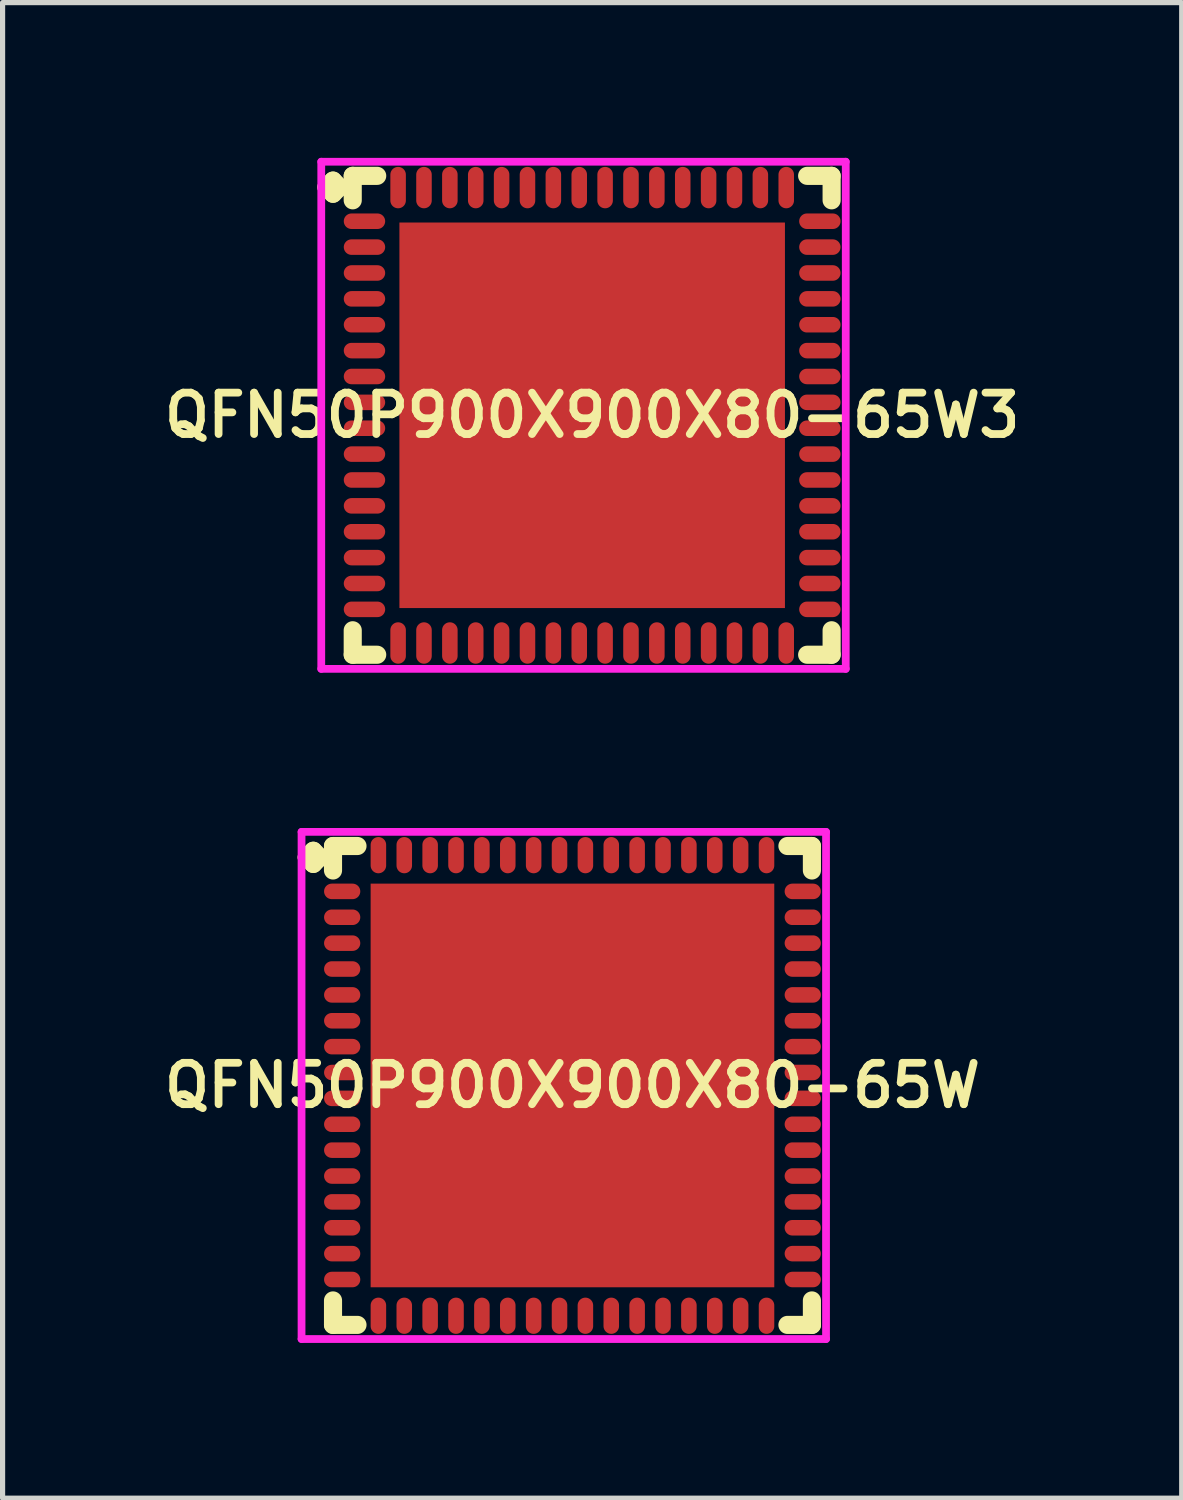
<source format=kicad_pcb>
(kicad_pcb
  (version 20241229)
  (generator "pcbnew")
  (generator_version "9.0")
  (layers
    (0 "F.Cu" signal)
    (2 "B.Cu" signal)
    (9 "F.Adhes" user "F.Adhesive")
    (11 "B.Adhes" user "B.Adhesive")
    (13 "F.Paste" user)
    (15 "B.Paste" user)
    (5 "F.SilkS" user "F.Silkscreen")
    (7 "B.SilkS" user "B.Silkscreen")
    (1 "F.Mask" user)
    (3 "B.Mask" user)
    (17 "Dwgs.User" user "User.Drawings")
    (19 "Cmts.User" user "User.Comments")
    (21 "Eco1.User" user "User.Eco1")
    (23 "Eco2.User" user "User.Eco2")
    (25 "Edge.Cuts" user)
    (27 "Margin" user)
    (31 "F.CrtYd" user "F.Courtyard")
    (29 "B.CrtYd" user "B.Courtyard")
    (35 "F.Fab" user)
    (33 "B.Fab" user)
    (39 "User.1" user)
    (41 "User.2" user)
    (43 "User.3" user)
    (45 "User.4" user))
  (footprint "QFN50P900X900X80-65W3"
    (layer "F.Cu")
    (at 8.393 4.975)
    (property "Reference" "QFN50P900X900X80-65W3" (at 0 0 0) (layer "F.SilkS") (effects (font (size 0.8 0.8) (thickness 0.15))))
    (attr smd)
    (fp_line (start -5.135 -4.408) (end -5.008 -4.535) (stroke (width 0.35) (type solid)) (layer "F.SilkS"))
    (fp_line (start -5.008 -4.535) (end -4.881 -4.408) (stroke (width 0.35) (type solid)) (layer "F.SilkS"))
    (fp_line (start -5.008 -4.281) (end -5.135 -4.408) (stroke (width 0.35) (type solid)) (layer "F.SilkS"))
    (fp_line (start -4.881 -4.408) (end -5.008 -4.281) (stroke (width 0.35) (type solid)) (layer "F.SilkS"))
    (fp_line (start -4.627 -4.627) (end -4.154 -4.627) (stroke (width 0.35) (type solid)) (layer "F.SilkS"))
    (fp_line (start -4.627 -4.154) (end -4.627 -4.627) (stroke (width 0.35) (type solid)) (layer "F.SilkS"))
    (fp_line (start -4.627 4.154) (end -4.627 4.627) (stroke (width 0.35) (type solid)) (layer "F.SilkS"))
    (fp_line (start -4.627 4.627) (end -4.154 4.627) (stroke (width 0.35) (type solid)) (layer "F.SilkS"))
    (fp_line (start 4.154 -4.627) (end 4.627 -4.627) (stroke (width 0.35) (type solid)) (layer "F.SilkS"))
    (fp_line (start 4.154 4.627) (end 4.627 4.627) (stroke (width 0.35) (type solid)) (layer "F.SilkS"))
    (fp_line (start 4.627 -4.627) (end 4.627 -4.154) (stroke (width 0.35) (type solid)) (layer "F.SilkS"))
    (fp_line (start 4.627 4.627) (end 4.627 4.154) (stroke (width 0.35) (type solid)) (layer "F.SilkS"))
    (fp_line (start -5.235 -4.9) (end 4.9 -4.9) (stroke (width 0.15) (type solid)) (layer "F.CrtYd"))
    (fp_line (start -5.235 4.9) (end -5.235 -4.9) (stroke (width 0.15) (type solid)) (layer "F.CrtYd"))
    (fp_line (start 4.9 -4.9) (end 4.9 4.9) (stroke (width 0.15) (type solid)) (layer "F.CrtYd"))
    (fp_line (start 4.9 4.9) (end -5.235 4.9) (stroke (width 0.15) (type solid)) (layer "F.CrtYd"))
    (pad "1" smd oval (at -4.4 -3.75) (size 0.8 0.3) (layers "F.Cu" "F.Mask" "F.Paste"))
    (pad "2" smd oval (at -4.4 -3.25) (size 0.8 0.3) (layers "F.Cu" "F.Mask" "F.Paste"))
    (pad "3" smd oval (at -4.4 -2.75) (size 0.8 0.3) (layers "F.Cu" "F.Mask" "F.Paste"))
    (pad "4" smd oval (at -4.4 -2.25) (size 0.8 0.3) (layers "F.Cu" "F.Mask" "F.Paste"))
    (pad "5" smd oval (at -4.4 -1.75) (size 0.8 0.3) (layers "F.Cu" "F.Mask" "F.Paste"))
    (pad "6" smd oval (at -4.4 -1.25) (size 0.8 0.3) (layers "F.Cu" "F.Mask" "F.Paste"))
    (pad "7" smd oval (at -4.4 -0.75) (size 0.8 0.3) (layers "F.Cu" "F.Mask" "F.Paste"))
    (pad "8" smd oval (at -4.4 -0.25) (size 0.8 0.3) (layers "F.Cu" "F.Mask" "F.Paste"))
    (pad "9" smd oval (at -4.4 0.25) (size 0.8 0.3) (layers "F.Cu" "F.Mask" "F.Paste"))
    (pad "10" smd oval (at -4.4 0.75) (size 0.8 0.3) (layers "F.Cu" "F.Mask" "F.Paste"))
    (pad "11" smd oval (at -4.4 1.25) (size 0.8 0.3) (layers "F.Cu" "F.Mask" "F.Paste"))
    (pad "12" smd oval (at -4.4 1.75) (size 0.8 0.3) (layers "F.Cu" "F.Mask" "F.Paste"))
    (pad "13" smd oval (at -4.4 2.25) (size 0.8 0.3) (layers "F.Cu" "F.Mask" "F.Paste"))
    (pad "14" smd oval (at -4.4 2.75) (size 0.8 0.3) (layers "F.Cu" "F.Mask" "F.Paste"))
    (pad "15" smd oval (at -4.4 3.25) (size 0.8 0.3) (layers "F.Cu" "F.Mask" "F.Paste"))
    (pad "16" smd oval (at -4.4 3.75) (size 0.8 0.3) (layers "F.Cu" "F.Mask" "F.Paste"))
    (pad "17" smd oval (at -3.75 4.4) (size 0.3 0.8) (layers "F.Cu" "F.Mask" "F.Paste"))
    (pad "18" smd oval (at -3.25 4.4) (size 0.3 0.8) (layers "F.Cu" "F.Mask" "F.Paste"))
    (pad "19" smd oval (at -2.75 4.4) (size 0.3 0.8) (layers "F.Cu" "F.Mask" "F.Paste"))
    (pad "20" smd oval (at -2.25 4.4) (size 0.3 0.8) (layers "F.Cu" "F.Mask" "F.Paste"))
    (pad "21" smd oval (at -1.75 4.4) (size 0.3 0.8) (layers "F.Cu" "F.Mask" "F.Paste"))
    (pad "22" smd oval (at -1.25 4.4) (size 0.3 0.8) (layers "F.Cu" "F.Mask" "F.Paste"))
    (pad "23" smd oval (at -0.75 4.4) (size 0.3 0.8) (layers "F.Cu" "F.Mask" "F.Paste"))
    (pad "24" smd oval (at -0.25 4.4) (size 0.3 0.8) (layers "F.Cu" "F.Mask" "F.Paste"))
    (pad "25" smd oval (at 0.25 4.4) (size 0.3 0.8) (layers "F.Cu" "F.Mask" "F.Paste"))
    (pad "26" smd oval (at 0.75 4.4) (size 0.3 0.8) (layers "F.Cu" "F.Mask" "F.Paste"))
    (pad "27" smd oval (at 1.25 4.4) (size 0.3 0.8) (layers "F.Cu" "F.Mask" "F.Paste"))
    (pad "28" smd oval (at 1.75 4.4) (size 0.3 0.8) (layers "F.Cu" "F.Mask" "F.Paste"))
    (pad "29" smd oval (at 2.25 4.4) (size 0.3 0.8) (layers "F.Cu" "F.Mask" "F.Paste"))
    (pad "30" smd oval (at 2.75 4.4) (size 0.3 0.8) (layers "F.Cu" "F.Mask" "F.Paste"))
    (pad "31" smd oval (at 3.25 4.4) (size 0.3 0.8) (layers "F.Cu" "F.Mask" "F.Paste"))
    (pad "32" smd oval (at 3.75 4.4) (size 0.3 0.8) (layers "F.Cu" "F.Mask" "F.Paste"))
    (pad "33" smd oval (at 4.4 3.75) (size 0.8 0.3) (layers "F.Cu" "F.Mask" "F.Paste"))
    (pad "34" smd oval (at 4.4 3.25) (size 0.8 0.3) (layers "F.Cu" "F.Mask" "F.Paste"))
    (pad "35" smd oval (at 4.4 2.75) (size 0.8 0.3) (layers "F.Cu" "F.Mask" "F.Paste"))
    (pad "36" smd oval (at 4.4 2.25) (size 0.8 0.3) (layers "F.Cu" "F.Mask" "F.Paste"))
    (pad "37" smd oval (at 4.4 1.75) (size 0.8 0.3) (layers "F.Cu" "F.Mask" "F.Paste"))
    (pad "38" smd oval (at 4.4 1.25) (size 0.8 0.3) (layers "F.Cu" "F.Mask" "F.Paste"))
    (pad "39" smd oval (at 4.4 0.75) (size 0.8 0.3) (layers "F.Cu" "F.Mask" "F.Paste"))
    (pad "40" smd oval (at 4.4 0.25) (size 0.8 0.3) (layers "F.Cu" "F.Mask" "F.Paste"))
    (pad "41" smd oval (at 4.4 -0.25) (size 0.8 0.3) (layers "F.Cu" "F.Mask" "F.Paste"))
    (pad "42" smd oval (at 4.4 -0.75) (size 0.8 0.3) (layers "F.Cu" "F.Mask" "F.Paste"))
    (pad "43" smd oval (at 4.4 -1.25) (size 0.8 0.3) (layers "F.Cu" "F.Mask" "F.Paste"))
    (pad "44" smd oval (at 4.4 -1.75) (size 0.8 0.3) (layers "F.Cu" "F.Mask" "F.Paste"))
    (pad "45" smd oval (at 4.4 -2.25) (size 0.8 0.3) (layers "F.Cu" "F.Mask" "F.Paste"))
    (pad "46" smd oval (at 4.4 -2.75) (size 0.8 0.3) (layers "F.Cu" "F.Mask" "F.Paste"))
    (pad "47" smd oval (at 4.4 -3.25) (size 0.8 0.3) (layers "F.Cu" "F.Mask" "F.Paste"))
    (pad "48" smd oval (at 4.4 -3.75) (size 0.8 0.3) (layers "F.Cu" "F.Mask" "F.Paste"))
    (pad "49" smd oval (at 3.75 -4.4) (size 0.3 0.8) (layers "F.Cu" "F.Mask" "F.Paste"))
    (pad "50" smd oval (at 3.25 -4.4) (size 0.3 0.8) (layers "F.Cu" "F.Mask" "F.Paste"))
    (pad "51" smd oval (at 2.75 -4.4) (size 0.3 0.8) (layers "F.Cu" "F.Mask" "F.Paste"))
    (pad "52" smd oval (at 2.25 -4.4) (size 0.3 0.8) (layers "F.Cu" "F.Mask" "F.Paste"))
    (pad "53" smd oval (at 1.75 -4.4) (size 0.3 0.8) (layers "F.Cu" "F.Mask" "F.Paste"))
    (pad "54" smd oval (at 1.25 -4.4) (size 0.3 0.8) (layers "F.Cu" "F.Mask" "F.Paste"))
    (pad "55" smd oval (at 0.75 -4.4) (size 0.3 0.8) (layers "F.Cu" "F.Mask" "F.Paste"))
    (pad "56" smd oval (at 0.25 -4.4) (size 0.3 0.8) (layers "F.Cu" "F.Mask" "F.Paste"))
    (pad "57" smd oval (at -0.25 -4.4) (size 0.3 0.8) (layers "F.Cu" "F.Mask" "F.Paste"))
    (pad "58" smd oval (at -0.75 -4.4) (size 0.3 0.8) (layers "F.Cu" "F.Mask" "F.Paste"))
    (pad "59" smd oval (at -1.25 -4.4) (size 0.3 0.8) (layers "F.Cu" "F.Mask" "F.Paste"))
    (pad "60" smd oval (at -1.75 -4.4) (size 0.3 0.8) (layers "F.Cu" "F.Mask" "F.Paste"))
    (pad "61" smd oval (at -2.25 -4.4) (size 0.3 0.8) (layers "F.Cu" "F.Mask" "F.Paste"))
    (pad "62" smd oval (at -2.75 -4.4) (size 0.3 0.8) (layers "F.Cu" "F.Mask" "F.Paste"))
    (pad "63" smd oval (at -3.25 -4.4) (size 0.3 0.8) (layers "F.Cu" "F.Mask" "F.Paste"))
    (pad "64" smd oval (at -3.75 -4.4) (size 0.3 0.8) (layers "F.Cu" "F.Mask" "F.Paste"))
    (pad "65" smd rect (at 0 0) (size 7.45 7.45) (layers "F.Cu" "F.Mask" "F.Paste")))
  (footprint "QFN50P900X900X80-65W"
    (layer "F.Cu")
    (at 8.012 17.925)
    (property "Reference" "QFN50P900X900X80-65W" (at 0 0 0) (layer "F.SilkS") (effects (font (size 0.8 0.8) (thickness 0.15))))
    (attr smd)
    (fp_line (start -5.135 -4.408) (end -5.008 -4.535) (stroke (width 0.35) (type solid)) (layer "F.SilkS"))
    (fp_line (start -5.008 -4.535) (end -4.881 -4.408) (stroke (width 0.35) (type solid)) (layer "F.SilkS"))
    (fp_line (start -5.008 -4.281) (end -5.135 -4.408) (stroke (width 0.35) (type solid)) (layer "F.SilkS"))
    (fp_line (start -4.881 -4.408) (end -5.008 -4.281) (stroke (width 0.35) (type solid)) (layer "F.SilkS"))
    (fp_line (start -4.627 -4.627) (end -4.154 -4.627) (stroke (width 0.35) (type solid)) (layer "F.SilkS"))
    (fp_line (start -4.627 -4.154) (end -4.627 -4.627) (stroke (width 0.35) (type solid)) (layer "F.SilkS"))
    (fp_line (start -4.627 4.154) (end -4.627 4.627) (stroke (width 0.35) (type solid)) (layer "F.SilkS"))
    (fp_line (start -4.627 4.627) (end -4.154 4.627) (stroke (width 0.35) (type solid)) (layer "F.SilkS"))
    (fp_line (start 4.154 -4.627) (end 4.627 -4.627) (stroke (width 0.35) (type solid)) (layer "F.SilkS"))
    (fp_line (start 4.154 4.627) (end 4.627 4.627) (stroke (width 0.35) (type solid)) (layer "F.SilkS"))
    (fp_line (start 4.627 -4.627) (end 4.627 -4.154) (stroke (width 0.35) (type solid)) (layer "F.SilkS"))
    (fp_line (start 4.627 4.627) (end 4.627 4.154) (stroke (width 0.35) (type solid)) (layer "F.SilkS"))
    (fp_line (start -5.235 -4.9) (end 4.9 -4.9) (stroke (width 0.15) (type solid)) (layer "F.CrtYd"))
    (fp_line (start -5.235 4.9) (end -5.235 -4.9) (stroke (width 0.15) (type solid)) (layer "F.CrtYd"))
    (fp_line (start 4.9 -4.9) (end 4.9 4.9) (stroke (width 0.15) (type solid)) (layer "F.CrtYd"))
    (fp_line (start 4.9 4.9) (end -5.235 4.9) (stroke (width 0.15) (type solid)) (layer "F.CrtYd"))
    (pad "1" smd oval (at -4.45 -3.75) (size 0.7 0.3) (layers "F.Cu" "F.Mask" "F.Paste"))
    (pad "2" smd oval (at -4.45 -3.25) (size 0.7 0.3) (layers "F.Cu" "F.Mask" "F.Paste"))
    (pad "3" smd oval (at -4.45 -2.75) (size 0.7 0.3) (layers "F.Cu" "F.Mask" "F.Paste"))
    (pad "4" smd oval (at -4.45 -2.25) (size 0.7 0.3) (layers "F.Cu" "F.Mask" "F.Paste"))
    (pad "5" smd oval (at -4.45 -1.75) (size 0.7 0.3) (layers "F.Cu" "F.Mask" "F.Paste"))
    (pad "6" smd oval (at -4.45 -1.25) (size 0.7 0.3) (layers "F.Cu" "F.Mask" "F.Paste"))
    (pad "7" smd oval (at -4.45 -0.75) (size 0.7 0.3) (layers "F.Cu" "F.Mask" "F.Paste"))
    (pad "8" smd oval (at -4.45 -0.25) (size 0.7 0.3) (layers "F.Cu" "F.Mask" "F.Paste"))
    (pad "9" smd oval (at -4.45 0.25) (size 0.7 0.3) (layers "F.Cu" "F.Mask" "F.Paste"))
    (pad "10" smd oval (at -4.45 0.75) (size 0.7 0.3) (layers "F.Cu" "F.Mask" "F.Paste"))
    (pad "11" smd oval (at -4.45 1.25) (size 0.7 0.3) (layers "F.Cu" "F.Mask" "F.Paste"))
    (pad "12" smd oval (at -4.45 1.75) (size 0.7 0.3) (layers "F.Cu" "F.Mask" "F.Paste"))
    (pad "13" smd oval (at -4.45 2.25) (size 0.7 0.3) (layers "F.Cu" "F.Mask" "F.Paste"))
    (pad "14" smd oval (at -4.45 2.75) (size 0.7 0.3) (layers "F.Cu" "F.Mask" "F.Paste"))
    (pad "15" smd oval (at -4.45 3.25) (size 0.7 0.3) (layers "F.Cu" "F.Mask" "F.Paste"))
    (pad "16" smd oval (at -4.45 3.75) (size 0.7 0.3) (layers "F.Cu" "F.Mask" "F.Paste"))
    (pad "17" smd oval (at -3.75 4.45) (size 0.3 0.7) (layers "F.Cu" "F.Mask" "F.Paste"))
    (pad "18" smd oval (at -3.25 4.45) (size 0.3 0.7) (layers "F.Cu" "F.Mask" "F.Paste"))
    (pad "19" smd oval (at -2.75 4.45) (size 0.3 0.7) (layers "F.Cu" "F.Mask" "F.Paste"))
    (pad "20" smd oval (at -2.25 4.45) (size 0.3 0.7) (layers "F.Cu" "F.Mask" "F.Paste"))
    (pad "21" smd oval (at -1.75 4.45) (size 0.3 0.7) (layers "F.Cu" "F.Mask" "F.Paste"))
    (pad "22" smd oval (at -1.25 4.45) (size 0.3 0.7) (layers "F.Cu" "F.Mask" "F.Paste"))
    (pad "23" smd oval (at -0.75 4.45) (size 0.3 0.7) (layers "F.Cu" "F.Mask" "F.Paste"))
    (pad "24" smd oval (at -0.25 4.45) (size 0.3 0.7) (layers "F.Cu" "F.Mask" "F.Paste"))
    (pad "25" smd oval (at 0.25 4.45) (size 0.3 0.7) (layers "F.Cu" "F.Mask" "F.Paste"))
    (pad "26" smd oval (at 0.75 4.45) (size 0.3 0.7) (layers "F.Cu" "F.Mask" "F.Paste"))
    (pad "27" smd oval (at 1.25 4.45) (size 0.3 0.7) (layers "F.Cu" "F.Mask" "F.Paste"))
    (pad "28" smd oval (at 1.75 4.45) (size 0.3 0.7) (layers "F.Cu" "F.Mask" "F.Paste"))
    (pad "29" smd oval (at 2.25 4.45) (size 0.3 0.7) (layers "F.Cu" "F.Mask" "F.Paste"))
    (pad "30" smd oval (at 2.75 4.45) (size 0.3 0.7) (layers "F.Cu" "F.Mask" "F.Paste"))
    (pad "31" smd oval (at 3.25 4.45) (size 0.3 0.7) (layers "F.Cu" "F.Mask" "F.Paste"))
    (pad "32" smd oval (at 3.75 4.45) (size 0.3 0.7) (layers "F.Cu" "F.Mask" "F.Paste"))
    (pad "33" smd oval (at 4.45 3.75) (size 0.7 0.3) (layers "F.Cu" "F.Mask" "F.Paste"))
    (pad "34" smd oval (at 4.45 3.25) (size 0.7 0.3) (layers "F.Cu" "F.Mask" "F.Paste"))
    (pad "35" smd oval (at 4.45 2.75) (size 0.7 0.3) (layers "F.Cu" "F.Mask" "F.Paste"))
    (pad "36" smd oval (at 4.45 2.25) (size 0.7 0.3) (layers "F.Cu" "F.Mask" "F.Paste"))
    (pad "37" smd oval (at 4.45 1.75) (size 0.7 0.3) (layers "F.Cu" "F.Mask" "F.Paste"))
    (pad "38" smd oval (at 4.45 1.25) (size 0.7 0.3) (layers "F.Cu" "F.Mask" "F.Paste"))
    (pad "39" smd oval (at 4.45 0.75) (size 0.7 0.3) (layers "F.Cu" "F.Mask" "F.Paste"))
    (pad "40" smd oval (at 4.45 0.25) (size 0.7 0.3) (layers "F.Cu" "F.Mask" "F.Paste"))
    (pad "41" smd oval (at 4.45 -0.25) (size 0.7 0.3) (layers "F.Cu" "F.Mask" "F.Paste"))
    (pad "42" smd oval (at 4.45 -0.75) (size 0.7 0.3) (layers "F.Cu" "F.Mask" "F.Paste"))
    (pad "43" smd oval (at 4.45 -1.25) (size 0.7 0.3) (layers "F.Cu" "F.Mask" "F.Paste"))
    (pad "44" smd oval (at 4.45 -1.75) (size 0.7 0.3) (layers "F.Cu" "F.Mask" "F.Paste"))
    (pad "45" smd oval (at 4.45 -2.25) (size 0.7 0.3) (layers "F.Cu" "F.Mask" "F.Paste"))
    (pad "46" smd oval (at 4.45 -2.75) (size 0.7 0.3) (layers "F.Cu" "F.Mask" "F.Paste"))
    (pad "47" smd oval (at 4.45 -3.25) (size 0.7 0.3) (layers "F.Cu" "F.Mask" "F.Paste"))
    (pad "48" smd oval (at 4.45 -3.75) (size 0.7 0.3) (layers "F.Cu" "F.Mask" "F.Paste"))
    (pad "49" smd oval (at 3.75 -4.45) (size 0.3 0.7) (layers "F.Cu" "F.Mask" "F.Paste"))
    (pad "50" smd oval (at 3.25 -4.45) (size 0.3 0.7) (layers "F.Cu" "F.Mask" "F.Paste"))
    (pad "51" smd oval (at 2.75 -4.45) (size 0.3 0.7) (layers "F.Cu" "F.Mask" "F.Paste"))
    (pad "52" smd oval (at 2.25 -4.45) (size 0.3 0.7) (layers "F.Cu" "F.Mask" "F.Paste"))
    (pad "53" smd oval (at 1.75 -4.45) (size 0.3 0.7) (layers "F.Cu" "F.Mask" "F.Paste"))
    (pad "54" smd oval (at 1.25 -4.45) (size 0.3 0.7) (layers "F.Cu" "F.Mask" "F.Paste"))
    (pad "55" smd oval (at 0.75 -4.45) (size 0.3 0.7) (layers "F.Cu" "F.Mask" "F.Paste"))
    (pad "56" smd oval (at 0.25 -4.45) (size 0.3 0.7) (layers "F.Cu" "F.Mask" "F.Paste"))
    (pad "57" smd oval (at -0.25 -4.45) (size 0.3 0.7) (layers "F.Cu" "F.Mask" "F.Paste"))
    (pad "58" smd oval (at -0.75 -4.45) (size 0.3 0.7) (layers "F.Cu" "F.Mask" "F.Paste"))
    (pad "59" smd oval (at -1.25 -4.45) (size 0.3 0.7) (layers "F.Cu" "F.Mask" "F.Paste"))
    (pad "60" smd oval (at -1.75 -4.45) (size 0.3 0.7) (layers "F.Cu" "F.Mask" "F.Paste"))
    (pad "61" smd oval (at -2.25 -4.45) (size 0.3 0.7) (layers "F.Cu" "F.Mask" "F.Paste"))
    (pad "62" smd oval (at -2.75 -4.45) (size 0.3 0.7) (layers "F.Cu" "F.Mask" "F.Paste"))
    (pad "63" smd oval (at -3.25 -4.45) (size 0.3 0.7) (layers "F.Cu" "F.Mask" "F.Paste"))
    (pad "64" smd oval (at -3.75 -4.45) (size 0.3 0.7) (layers "F.Cu" "F.Mask" "F.Paste"))
    (pad "65" smd rect (at 0 0) (size 7.8 7.8) (layers "F.Cu" "F.Mask" "F.Paste")))
  (gr_rect
    (start -3 -3)
    (end 19.785 25.9)
    (stroke (width 0.1) (type default))
    (fill no)
    (layer "Edge.Cuts")))
</source>
